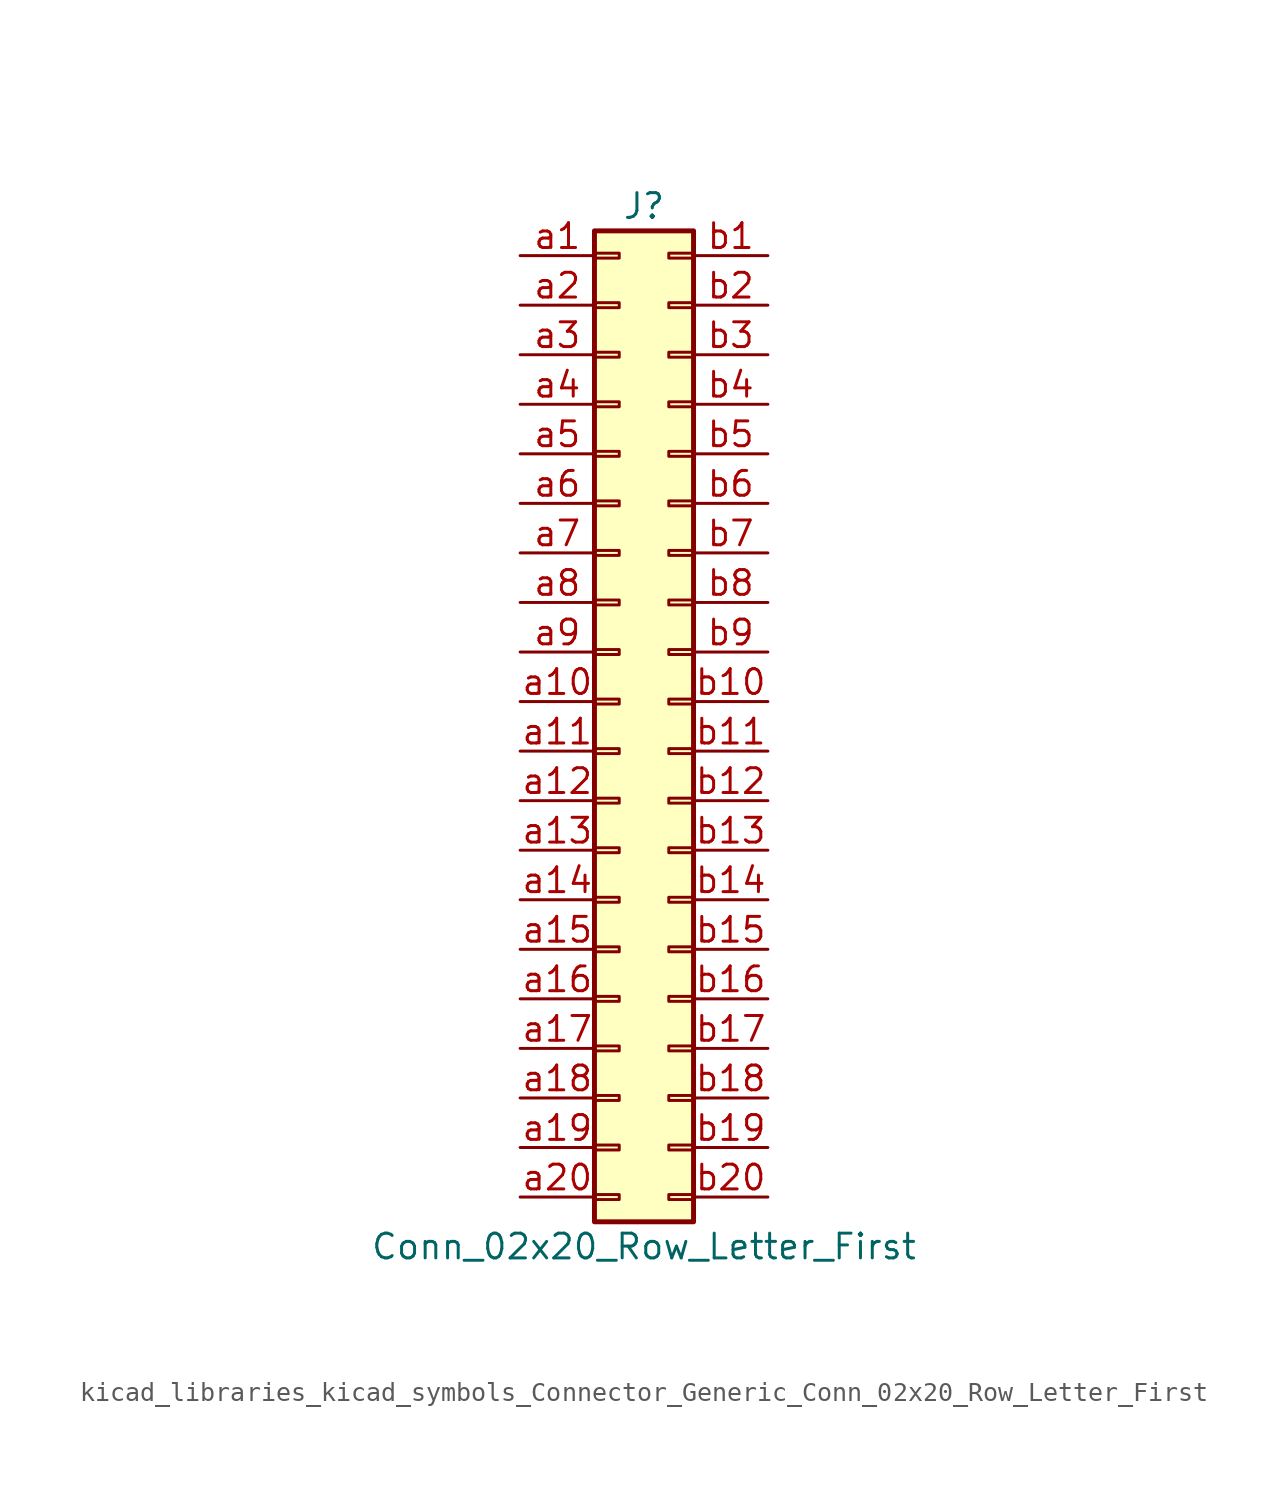
<source format=kicad_sym>
(kicad_symbol_lib
  (version 20220914)
  (generator kicad_symbol_editor)
  (symbol "kicad_libraries_kicad_symbols_Connector_Generic_Conn_02x20_Row_Letter_First"
    (pin_names
      (offset 1.016) hide)
    (property "Reference" "J"
      (at 1.27 25.4 0)
      (effects (font (size 1.27 1.27))))
    (property "Value" "Conn_02x20_Row_Letter_First"
      (at 1.27 -27.94 0)
      (effects (font (size 1.27 1.27))))
    (symbol "kicad_libraries_kicad_symbols_Connector_Generic_Conn_02x20_Row_Letter_First_1_1"
      (rectangle (start -1.27 -25.273) (end 0 -25.527) (stroke (width 0.152) (type default)) (fill (type none)))
      (rectangle (start -1.27 -22.733) (end 0 -22.987) (stroke (width 0.152) (type default)) (fill (type none)))
      (rectangle (start -1.27 -20.193) (end 0 -20.447) (stroke (width 0.152) (type default)) (fill (type none)))
      (rectangle (start -1.27 -17.653) (end 0 -17.907) (stroke (width 0.152) (type default)) (fill (type none)))
      (rectangle (start -1.27 -15.113) (end 0 -15.367) (stroke (width 0.152) (type default)) (fill (type none)))
      (rectangle (start -1.27 -12.573) (end 0 -12.827) (stroke (width 0.152) (type default)) (fill (type none)))
      (rectangle (start -1.27 -10.033) (end 0 -10.287) (stroke (width 0.152) (type default)) (fill (type none)))
      (rectangle (start -1.27 -7.493) (end 0 -7.747) (stroke (width 0.152) (type default)) (fill (type none)))
      (rectangle (start -1.27 -4.953) (end 0 -5.207) (stroke (width 0.152) (type default)) (fill (type none)))
      (rectangle (start -1.27 -2.413) (end 0 -2.667) (stroke (width 0.152) (type default)) (fill (type none)))
      (rectangle (start -1.27 0.127) (end 0 -0.127) (stroke (width 0.152) (type default)) (fill (type none)))
      (rectangle (start -1.27 2.667) (end 0 2.413) (stroke (width 0.152) (type default)) (fill (type none)))
      (rectangle (start -1.27 5.207) (end 0 4.953) (stroke (width 0.152) (type default)) (fill (type none)))
      (rectangle (start -1.27 7.747) (end 0 7.493) (stroke (width 0.152) (type default)) (fill (type none)))
      (rectangle (start -1.27 10.287) (end 0 10.033) (stroke (width 0.152) (type default)) (fill (type none)))
      (rectangle (start -1.27 12.827) (end 0 12.573) (stroke (width 0.152) (type default)) (fill (type none)))
      (rectangle (start -1.27 15.367) (end 0 15.113) (stroke (width 0.152) (type default)) (fill (type none)))
      (rectangle (start -1.27 17.907) (end 0 17.653) (stroke (width 0.152) (type default)) (fill (type none)))
      (rectangle (start -1.27 20.447) (end 0 20.193) (stroke (width 0.152) (type default)) (fill (type none)))
      (rectangle (start -1.27 22.987) (end 0 22.733) (stroke (width 0.152) (type default)) (fill (type none)))
      (rectangle (start -1.27 24.13) (end 3.81 -26.67) (stroke (width 0.254) (type default)) (fill (type background)))
      (rectangle (start 3.81 -25.273) (end 2.54 -25.527) (stroke (width 0.152) (type default)) (fill (type none)))
      (rectangle (start 3.81 -22.733) (end 2.54 -22.987) (stroke (width 0.152) (type default)) (fill (type none)))
      (rectangle (start 3.81 -20.193) (end 2.54 -20.447) (stroke (width 0.152) (type default)) (fill (type none)))
      (rectangle (start 3.81 -17.653) (end 2.54 -17.907) (stroke (width 0.152) (type default)) (fill (type none)))
      (rectangle (start 3.81 -15.113) (end 2.54 -15.367) (stroke (width 0.152) (type default)) (fill (type none)))
      (rectangle (start 3.81 -12.573) (end 2.54 -12.827) (stroke (width 0.152) (type default)) (fill (type none)))
      (rectangle (start 3.81 -10.033) (end 2.54 -10.287) (stroke (width 0.152) (type default)) (fill (type none)))
      (rectangle (start 3.81 -7.493) (end 2.54 -7.747) (stroke (width 0.152) (type default)) (fill (type none)))
      (rectangle (start 3.81 -4.953) (end 2.54 -5.207) (stroke (width 0.152) (type default)) (fill (type none)))
      (rectangle (start 3.81 -2.413) (end 2.54 -2.667) (stroke (width 0.152) (type default)) (fill (type none)))
      (rectangle (start 3.81 0.127) (end 2.54 -0.127) (stroke (width 0.152) (type default)) (fill (type none)))
      (rectangle (start 3.81 2.667) (end 2.54 2.413) (stroke (width 0.152) (type default)) (fill (type none)))
      (rectangle (start 3.81 5.207) (end 2.54 4.953) (stroke (width 0.152) (type default)) (fill (type none)))
      (rectangle (start 3.81 7.747) (end 2.54 7.493) (stroke (width 0.152) (type default)) (fill (type none)))
      (rectangle (start 3.81 10.287) (end 2.54 10.033) (stroke (width 0.152) (type default)) (fill (type none)))
      (rectangle (start 3.81 12.827) (end 2.54 12.573) (stroke (width 0.152) (type default)) (fill (type none)))
      (rectangle (start 3.81 15.367) (end 2.54 15.113) (stroke (width 0.152) (type default)) (fill (type none)))
      (rectangle (start 3.81 17.907) (end 2.54 17.653) (stroke (width 0.152) (type default)) (fill (type none)))
      (rectangle (start 3.81 20.447) (end 2.54 20.193) (stroke (width 0.152) (type default)) (fill (type none)))
      (rectangle (start 3.81 22.987) (end 2.54 22.733) (stroke (width 0.152) (type default)) (fill (type none)))
      (pin passive line (at -5.08 22.86 0) (length 3.81) (name "Pin_a1" (effects (font (size 1.27 1.27)))) (number "a1" (effects (font (size 1.27 1.27)))))
      (pin passive line (at -5.08 0 0) (length 3.81) (name "Pin_a10" (effects (font (size 1.27 1.27)))) (number "a10" (effects (font (size 1.27 1.27)))))
      (pin passive line (at -5.08 -2.54 0) (length 3.81) (name "Pin_a11" (effects (font (size 1.27 1.27)))) (number "a11" (effects (font (size 1.27 1.27)))))
      (pin passive line (at -5.08 -5.08 0) (length 3.81) (name "Pin_a12" (effects (font (size 1.27 1.27)))) (number "a12" (effects (font (size 1.27 1.27)))))
      (pin passive line (at -5.08 -7.62 0) (length 3.81) (name "Pin_a13" (effects (font (size 1.27 1.27)))) (number "a13" (effects (font (size 1.27 1.27)))))
      (pin passive line (at -5.08 -10.16 0) (length 3.81) (name "Pin_a14" (effects (font (size 1.27 1.27)))) (number "a14" (effects (font (size 1.27 1.27)))))
      (pin passive line (at -5.08 -12.7 0) (length 3.81) (name "Pin_a15" (effects (font (size 1.27 1.27)))) (number "a15" (effects (font (size 1.27 1.27)))))
      (pin passive line (at -5.08 -15.24 0) (length 3.81) (name "Pin_a16" (effects (font (size 1.27 1.27)))) (number "a16" (effects (font (size 1.27 1.27)))))
      (pin passive line (at -5.08 -17.78 0) (length 3.81) (name "Pin_a17" (effects (font (size 1.27 1.27)))) (number "a17" (effects (font (size 1.27 1.27)))))
      (pin passive line (at -5.08 -20.32 0) (length 3.81) (name "Pin_a18" (effects (font (size 1.27 1.27)))) (number "a18" (effects (font (size 1.27 1.27)))))
      (pin passive line (at -5.08 -22.86 0) (length 3.81) (name "Pin_a19" (effects (font (size 1.27 1.27)))) (number "a19" (effects (font (size 1.27 1.27)))))
      (pin passive line (at -5.08 20.32 0) (length 3.81) (name "Pin_a2" (effects (font (size 1.27 1.27)))) (number "a2" (effects (font (size 1.27 1.27)))))
      (pin passive line (at -5.08 -25.4 0) (length 3.81) (name "Pin_a20" (effects (font (size 1.27 1.27)))) (number "a20" (effects (font (size 1.27 1.27)))))
      (pin passive line (at -5.08 17.78 0) (length 3.81) (name "Pin_a3" (effects (font (size 1.27 1.27)))) (number "a3" (effects (font (size 1.27 1.27)))))
      (pin passive line (at -5.08 15.24 0) (length 3.81) (name "Pin_a4" (effects (font (size 1.27 1.27)))) (number "a4" (effects (font (size 1.27 1.27)))))
      (pin passive line (at -5.08 12.7 0) (length 3.81) (name "Pin_a5" (effects (font (size 1.27 1.27)))) (number "a5" (effects (font (size 1.27 1.27)))))
      (pin passive line (at -5.08 10.16 0) (length 3.81) (name "Pin_a6" (effects (font (size 1.27 1.27)))) (number "a6" (effects (font (size 1.27 1.27)))))
      (pin passive line (at -5.08 7.62 0) (length 3.81) (name "Pin_a7" (effects (font (size 1.27 1.27)))) (number "a7" (effects (font (size 1.27 1.27)))))
      (pin passive line (at -5.08 5.08 0) (length 3.81) (name "Pin_a8" (effects (font (size 1.27 1.27)))) (number "a8" (effects (font (size 1.27 1.27)))))
      (pin passive line (at -5.08 2.54 0) (length 3.81) (name "Pin_a9" (effects (font (size 1.27 1.27)))) (number "a9" (effects (font (size 1.27 1.27)))))
      (pin passive line (at 7.62 22.86 180) (length 3.81) (name "Pin_b1" (effects (font (size 1.27 1.27)))) (number "b1" (effects (font (size 1.27 1.27)))))
      (pin passive line (at 7.62 0 180) (length 3.81) (name "Pin_b10" (effects (font (size 1.27 1.27)))) (number "b10" (effects (font (size 1.27 1.27)))))
      (pin passive line (at 7.62 -2.54 180) (length 3.81) (name "Pin_b11" (effects (font (size 1.27 1.27)))) (number "b11" (effects (font (size 1.27 1.27)))))
      (pin passive line (at 7.62 -5.08 180) (length 3.81) (name "Pin_b12" (effects (font (size 1.27 1.27)))) (number "b12" (effects (font (size 1.27 1.27)))))
      (pin passive line (at 7.62 -7.62 180) (length 3.81) (name "Pin_b13" (effects (font (size 1.27 1.27)))) (number "b13" (effects (font (size 1.27 1.27)))))
      (pin passive line (at 7.62 -10.16 180) (length 3.81) (name "Pin_b14" (effects (font (size 1.27 1.27)))) (number "b14" (effects (font (size 1.27 1.27)))))
      (pin passive line (at 7.62 -12.7 180) (length 3.81) (name "Pin_b15" (effects (font (size 1.27 1.27)))) (number "b15" (effects (font (size 1.27 1.27)))))
      (pin passive line (at 7.62 -15.24 180) (length 3.81) (name "Pin_b16" (effects (font (size 1.27 1.27)))) (number "b16" (effects (font (size 1.27 1.27)))))
      (pin passive line (at 7.62 -17.78 180) (length 3.81) (name "Pin_b17" (effects (font (size 1.27 1.27)))) (number "b17" (effects (font (size 1.27 1.27)))))
      (pin passive line (at 7.62 -20.32 180) (length 3.81) (name "Pin_b18" (effects (font (size 1.27 1.27)))) (number "b18" (effects (font (size 1.27 1.27)))))
      (pin passive line (at 7.62 -22.86 180) (length 3.81) (name "Pin_b19" (effects (font (size 1.27 1.27)))) (number "b19" (effects (font (size 1.27 1.27)))))
      (pin passive line (at 7.62 20.32 180) (length 3.81) (name "Pin_b2" (effects (font (size 1.27 1.27)))) (number "b2" (effects (font (size 1.27 1.27)))))
      (pin passive line (at 7.62 -25.4 180) (length 3.81) (name "Pin_b20" (effects (font (size 1.27 1.27)))) (number "b20" (effects (font (size 1.27 1.27)))))
      (pin passive line (at 7.62 17.78 180) (length 3.81) (name "Pin_b3" (effects (font (size 1.27 1.27)))) (number "b3" (effects (font (size 1.27 1.27)))))
      (pin passive line (at 7.62 15.24 180) (length 3.81) (name "Pin_b4" (effects (font (size 1.27 1.27)))) (number "b4" (effects (font (size 1.27 1.27)))))
      (pin passive line (at 7.62 12.7 180) (length 3.81) (name "Pin_b5" (effects (font (size 1.27 1.27)))) (number "b5" (effects (font (size 1.27 1.27)))))
      (pin passive line (at 7.62 10.16 180) (length 3.81) (name "Pin_b6" (effects (font (size 1.27 1.27)))) (number "b6" (effects (font (size 1.27 1.27)))))
      (pin passive line (at 7.62 7.62 180) (length 3.81) (name "Pin_b7" (effects (font (size 1.27 1.27)))) (number "b7" (effects (font (size 1.27 1.27)))))
      (pin passive line (at 7.62 5.08 180) (length 3.81) (name "Pin_b8" (effects (font (size 1.27 1.27)))) (number "b8" (effects (font (size 1.27 1.27)))))
      (pin passive line (at 7.62 2.54 180) (length 3.81) (name "Pin_b9" (effects (font (size 1.27 1.27)))) (number "b9" (effects (font (size 1.27 1.27))))))))
</source>
